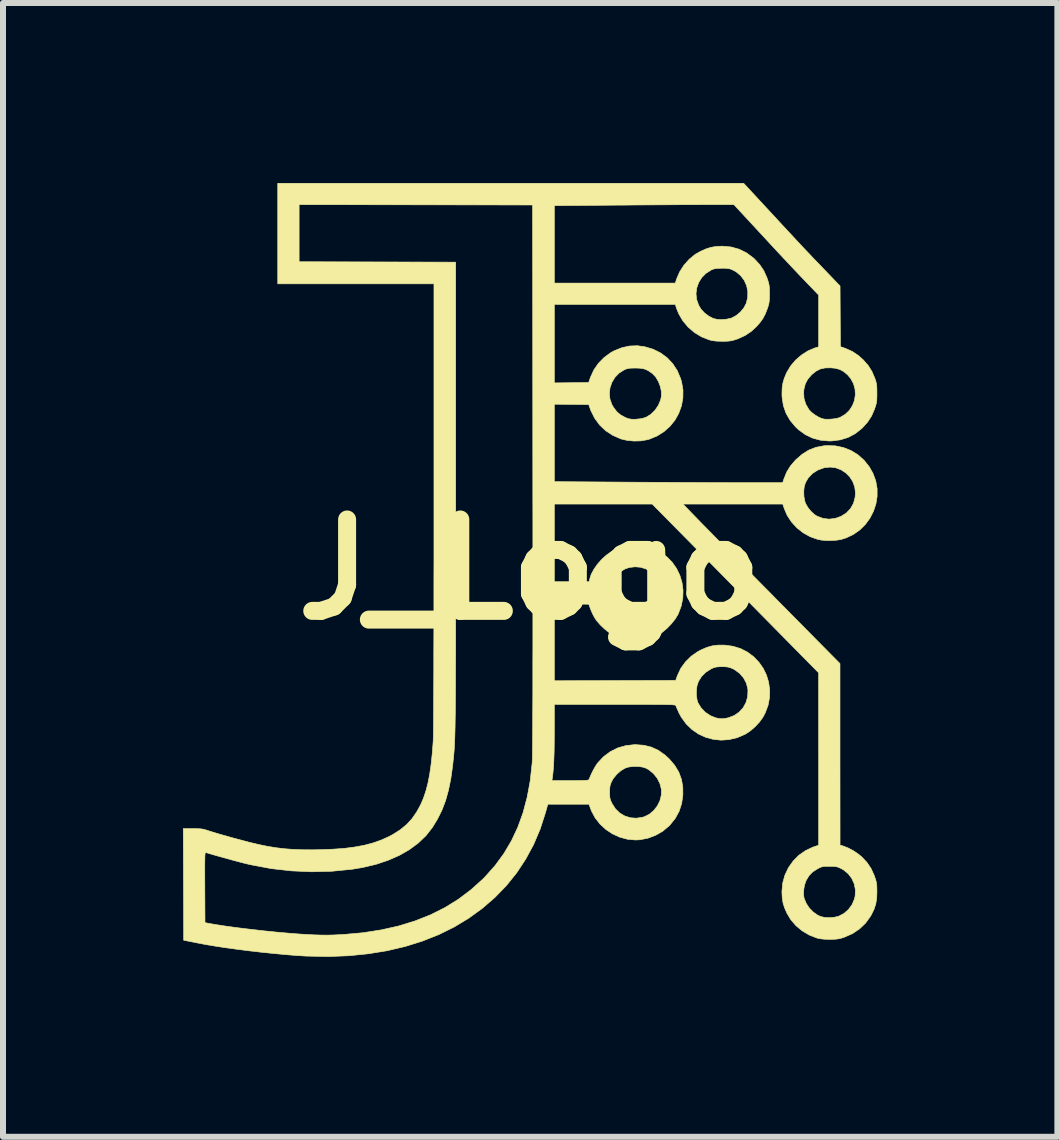
<source format=kicad_pcb>
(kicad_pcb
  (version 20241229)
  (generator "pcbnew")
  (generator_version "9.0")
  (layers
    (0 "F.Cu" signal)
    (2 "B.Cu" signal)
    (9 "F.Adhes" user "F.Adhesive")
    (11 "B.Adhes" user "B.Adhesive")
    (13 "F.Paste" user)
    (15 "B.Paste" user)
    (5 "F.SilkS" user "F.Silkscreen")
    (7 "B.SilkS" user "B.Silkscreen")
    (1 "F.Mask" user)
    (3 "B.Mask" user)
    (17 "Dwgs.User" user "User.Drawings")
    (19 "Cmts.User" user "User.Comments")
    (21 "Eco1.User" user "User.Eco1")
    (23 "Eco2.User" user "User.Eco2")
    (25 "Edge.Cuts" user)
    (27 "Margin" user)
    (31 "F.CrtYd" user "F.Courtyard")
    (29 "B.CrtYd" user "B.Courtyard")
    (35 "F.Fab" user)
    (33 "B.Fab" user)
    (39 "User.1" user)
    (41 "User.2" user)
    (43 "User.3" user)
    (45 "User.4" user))
  (footprint "J_Logo"
    (layer "F.Cu")
    (at 5.784 6.444)
    (property "Reference" "J_Logo" (at 0 0 0) (layer "F.SilkS") (effects (font (size 1.524 1.524) (thickness 0.3))))
    (attr through_hole)
    (fp_poly (pts (xy 3.562 -6.439) (xy 3.988 -5.979) (xy 4.105 -5.853) (xy 4.206 -5.743) (xy 4.294 -5.648) (xy 4.372 -5.565) (xy 4.44 -5.491) (xy 4.501 -5.426) (xy 4.557 -5.366) (xy 4.61 -5.31) (xy 4.663 -5.255) (xy 4.716 -5.198) (xy 4.773 -5.139) (xy 4.835 -5.075) (xy 4.904 -5.003) (xy 4.905 -5.002) (xy 5.169 -4.727) (xy 5.172 -4.222) (xy 5.175 -3.716) (xy 5.258 -3.687) (xy 5.374 -3.635) (xy 5.477 -3.566) (xy 5.554 -3.497) (xy 5.637 -3.403) (xy 5.701 -3.301) (xy 5.75 -3.186) (xy 5.765 -3.141) (xy 5.775 -3.1) (xy 5.781 -3.057) (xy 5.783 -3.003) (xy 5.784 -2.94) (xy 5.783 -2.871) (xy 5.781 -2.819) (xy 5.775 -2.777) (xy 5.764 -2.735) (xy 5.748 -2.687) (xy 5.746 -2.679) (xy 5.695 -2.561) (xy 5.629 -2.459) (xy 5.545 -2.365) (xy 5.533 -2.353) (xy 5.423 -2.266) (xy 5.303 -2.202) (xy 5.173 -2.162) (xy 5.033 -2.144) (xy 4.985 -2.143) (xy 4.843 -2.156) (xy 4.712 -2.191) (xy 4.591 -2.249) (xy 4.478 -2.331) (xy 4.426 -2.38) (xy 4.336 -2.488) (xy 4.268 -2.607) (xy 4.224 -2.735) (xy 4.203 -2.875) (xy 4.201 -2.929) (xy 4.202 -2.959) (xy 4.562 -2.959) (xy 4.568 -2.854) (xy 4.597 -2.758) (xy 4.65 -2.667) (xy 4.653 -2.663) (xy 4.694 -2.62) (xy 4.751 -2.577) (xy 4.813 -2.54) (xy 4.87 -2.515) (xy 4.87 -2.515) (xy 4.919 -2.506) (xy 4.982 -2.505) (xy 5.051 -2.51) (xy 5.116 -2.52) (xy 5.167 -2.535) (xy 5.171 -2.537) (xy 5.257 -2.588) (xy 5.326 -2.655) (xy 5.377 -2.734) (xy 5.41 -2.821) (xy 5.424 -2.914) (xy 5.419 -3.007) (xy 5.394 -3.098) (xy 5.348 -3.183) (xy 5.294 -3.247) (xy 5.23 -3.3) (xy 5.166 -3.335) (xy 5.093 -3.355) (xy 5.016 -3.363) (xy 4.92 -3.361) (xy 4.839 -3.343) (xy 4.767 -3.306) (xy 4.698 -3.25) (xy 4.695 -3.247) (xy 4.631 -3.173) (xy 4.59 -3.096) (xy 4.568 -3.01) (xy 4.562 -2.959) (xy 4.202 -2.959) (xy 4.204 -3.024) (xy 4.216 -3.106) (xy 4.239 -3.186) (xy 4.275 -3.273) (xy 4.282 -3.288) (xy 4.346 -3.394) (xy 4.429 -3.492) (xy 4.528 -3.577) (xy 4.636 -3.646) (xy 4.75 -3.694) (xy 4.759 -3.696) (xy 4.813 -3.712) (xy 4.813 -4.143) (xy 4.813 -4.575) (xy 4.574 -4.824) (xy 4.521 -4.879) (xy 4.469 -4.934) (xy 4.416 -4.99) (xy 4.361 -5.048) (xy 4.302 -5.111) (xy 4.237 -5.18) (xy 4.165 -5.257) (xy 4.084 -5.344) (xy 3.993 -5.442) (xy 3.89 -5.554) (xy 3.773 -5.68) (xy 3.641 -5.823) (xy 3.608 -5.858) (xy 3.4 -6.083) (xy 2.998 -6.083) (xy 2.922 -6.083) (xy 2.823 -6.083) (xy 2.705 -6.082) (xy 2.569 -6.082) (xy 2.42 -6.081) (xy 2.259 -6.08) (xy 2.09 -6.079) (xy 1.916 -6.078) (xy 1.739 -6.077) (xy 1.562 -6.075) (xy 1.502 -6.075) (xy 0.406 -6.066) (xy 0.406 -4.775) (xy 2.423 -4.775) (xy 2.444 -4.842) (xy 2.495 -4.961) (xy 2.566 -5.072) (xy 2.654 -5.171) (xy 2.755 -5.254) (xy 2.847 -5.306) (xy 2.938 -5.346) (xy 3.019 -5.371) (xy 3.1 -5.385) (xy 3.192 -5.39) (xy 3.213 -5.39) (xy 3.354 -5.377) (xy 3.486 -5.34) (xy 3.61 -5.279) (xy 3.723 -5.195) (xy 3.742 -5.178) (xy 3.829 -5.084) (xy 3.897 -4.984) (xy 3.949 -4.868) (xy 3.955 -4.852) (xy 3.972 -4.8) (xy 3.983 -4.757) (xy 3.99 -4.714) (xy 3.992 -4.661) (xy 3.993 -4.597) (xy 3.992 -4.528) (xy 3.989 -4.475) (xy 3.982 -4.43) (xy 3.97 -4.386) (xy 3.958 -4.351) (xy 3.923 -4.261) (xy 3.884 -4.186) (xy 3.835 -4.118) (xy 3.781 -4.056) (xy 3.688 -3.969) (xy 3.587 -3.902) (xy 3.472 -3.849) (xy 3.455 -3.843) (xy 3.401 -3.825) (xy 3.356 -3.814) (xy 3.311 -3.808) (xy 3.255 -3.805) (xy 3.207 -3.805) (xy 3.115 -3.807) (xy 3.041 -3.816) (xy 2.991 -3.828) (xy 2.861 -3.879) (xy 2.742 -3.951) (xy 2.637 -4.041) (xy 2.549 -4.146) (xy 2.48 -4.264) (xy 2.444 -4.353) (xy 2.423 -4.42) (xy 0.406 -4.42) (xy 0.406 -3.111) (xy 0.979 -3.118) (xy 1.01 -3.207) (xy 1.065 -3.327) (xy 1.141 -3.437) (xy 1.236 -3.534) (xy 1.345 -3.614) (xy 1.403 -3.646) (xy 1.532 -3.698) (xy 1.66 -3.726) (xy 1.79 -3.731) (xy 1.913 -3.714) (xy 2.052 -3.673) (xy 2.177 -3.611) (xy 2.287 -3.53) (xy 2.38 -3.431) (xy 2.456 -3.315) (xy 2.511 -3.184) (xy 2.528 -3.127) (xy 2.551 -2.991) (xy 2.549 -2.857) (xy 2.525 -2.727) (xy 2.48 -2.603) (xy 2.416 -2.489) (xy 2.333 -2.387) (xy 2.234 -2.299) (xy 2.12 -2.227) (xy 1.992 -2.174) (xy 1.955 -2.164) (xy 1.849 -2.145) (xy 1.734 -2.142) (xy 1.62 -2.153) (xy 1.518 -2.177) (xy 1.383 -2.236) (xy 1.264 -2.313) (xy 1.163 -2.408) (xy 1.08 -2.521) (xy 1.015 -2.651) (xy 1.003 -2.684) (xy 0.98 -2.75) (xy 0.693 -2.753) (xy 0.406 -2.756) (xy 0.406 -1.465) (xy 1.749 -1.456) (xy 1.946 -1.455) (xy 2.146 -1.454) (xy 2.346 -1.453) (xy 2.543 -1.452) (xy 2.735 -1.451) (xy 2.918 -1.45) (xy 3.091 -1.449) (xy 3.251 -1.449) (xy 3.394 -1.448) (xy 3.518 -1.448) (xy 3.62 -1.448) (xy 3.653 -1.448) (xy 4.213 -1.448) (xy 4.235 -1.514) (xy 4.281 -1.627) (xy 4.344 -1.728) (xy 4.427 -1.825) (xy 4.432 -1.83) (xy 4.538 -1.922) (xy 4.648 -1.991) (xy 4.766 -2.037) (xy 4.895 -2.062) (xy 4.947 -2.066) (xy 5.089 -2.062) (xy 5.224 -2.034) (xy 5.351 -1.984) (xy 5.467 -1.913) (xy 5.569 -1.822) (xy 5.656 -1.713) (xy 5.717 -1.605) (xy 5.764 -1.479) (xy 5.787 -1.349) (xy 5.787 -1.22) (xy 5.767 -1.093) (xy 5.726 -0.971) (xy 5.667 -0.856) (xy 5.591 -0.752) (xy 5.499 -0.661) (xy 5.391 -0.585) (xy 5.271 -0.528) (xy 5.188 -0.502) (xy 5.117 -0.49) (xy 5.031 -0.484) (xy 4.941 -0.484) (xy 4.857 -0.491) (xy 4.797 -0.503) (xy 4.672 -0.547) (xy 4.555 -0.612) (xy 4.45 -0.695) (xy 4.361 -0.792) (xy 4.289 -0.901) (xy 4.242 -1.009) (xy 4.214 -1.092) (xy 3.382 -1.092) (xy 2.55 -1.092) (xy 2.83 -0.803) (xy 2.877 -0.755) (xy 2.941 -0.69) (xy 3.019 -0.611) (xy 3.11 -0.518) (xy 3.213 -0.413) (xy 3.326 -0.298) (xy 3.447 -0.175) (xy 3.576 -0.045) (xy 3.709 0.091) (xy 3.847 0.231) (xy 3.987 0.372) (xy 4.127 0.515) (xy 4.139 0.527) (xy 5.168 1.568) (xy 5.168 3.081) (xy 5.169 4.593) (xy 5.223 4.609) (xy 5.304 4.641) (xy 5.391 4.687) (xy 5.474 4.743) (xy 5.533 4.792) (xy 5.62 4.885) (xy 5.687 4.986) (xy 5.74 5.102) (xy 5.745 5.118) (xy 5.763 5.17) (xy 5.774 5.214) (xy 5.781 5.259) (xy 5.783 5.312) (xy 5.784 5.372) (xy 5.78 5.482) (xy 5.764 5.577) (xy 5.735 5.665) (xy 5.69 5.756) (xy 5.677 5.779) (xy 5.596 5.892) (xy 5.495 5.989) (xy 5.378 6.068) (xy 5.244 6.127) (xy 5.239 6.129) (xy 5.187 6.146) (xy 5.141 6.156) (xy 5.093 6.162) (xy 5.032 6.164) (xy 4.997 6.165) (xy 4.906 6.162) (xy 4.834 6.154) (xy 4.782 6.142) (xy 4.655 6.092) (xy 4.537 6.022) (xy 4.434 5.936) (xy 4.347 5.835) (xy 4.283 5.727) (xy 4.244 5.638) (xy 4.219 5.558) (xy 4.206 5.477) (xy 4.203 5.429) (xy 4.562 5.429) (xy 4.57 5.48) (xy 4.604 5.563) (xy 4.656 5.642) (xy 4.723 5.71) (xy 4.797 5.762) (xy 4.845 5.784) (xy 4.911 5.799) (xy 4.99 5.803) (xy 5.07 5.797) (xy 5.141 5.781) (xy 5.149 5.778) (xy 5.236 5.732) (xy 5.31 5.667) (xy 5.369 5.587) (xy 5.408 5.496) (xy 5.421 5.443) (xy 5.425 5.339) (xy 5.406 5.24) (xy 5.365 5.149) (xy 5.305 5.07) (xy 5.226 5.006) (xy 5.183 4.982) (xy 5.145 4.965) (xy 5.111 4.954) (xy 5.072 4.949) (xy 5.02 4.947) (xy 4.991 4.947) (xy 4.933 4.947) (xy 4.891 4.95) (xy 4.859 4.958) (xy 4.826 4.971) (xy 4.791 4.99) (xy 4.712 5.041) (xy 4.652 5.103) (xy 4.605 5.181) (xy 4.599 5.194) (xy 4.575 5.267) (xy 4.562 5.349) (xy 4.562 5.429) (xy 4.203 5.429) (xy 4.201 5.385) (xy 4.201 5.361) (xy 4.214 5.223) (xy 4.251 5.092) (xy 4.309 4.97) (xy 4.386 4.861) (xy 4.48 4.765) (xy 4.591 4.687) (xy 4.715 4.628) (xy 4.747 4.617) (xy 4.813 4.595) (xy 4.813 3.158) (xy 4.812 1.721) (xy 3.425 0.314) (xy 2.038 -1.092) (xy 1.222 -1.092) (xy 0.406 -1.092) (xy 0.406 0.203) (xy 0.988 0.203) (xy 0.996 0.16) (xy 1.021 0.08) (xy 1.066 -0.004) (xy 1.126 -0.09) (xy 1.197 -0.17) (xy 1.276 -0.242) (xy 1.359 -0.3) (xy 1.397 -0.321) (xy 1.507 -0.367) (xy 1.612 -0.394) (xy 1.723 -0.404) (xy 1.797 -0.403) (xy 1.936 -0.385) (xy 2.065 -0.345) (xy 2.181 -0.286) (xy 2.284 -0.21) (xy 2.372 -0.12) (xy 2.444 -0.017) (xy 2.499 0.097) (xy 2.535 0.218) (xy 2.552 0.346) (xy 2.548 0.477) (xy 2.521 0.61) (xy 2.471 0.742) (xy 2.467 0.749) (xy 2.421 0.825) (xy 2.358 0.904) (xy 2.286 0.979) (xy 2.209 1.043) (xy 2.138 1.09) (xy 2.013 1.141) (xy 1.88 1.171) (xy 1.743 1.18) (xy 1.607 1.166) (xy 1.476 1.131) (xy 1.38 1.089) (xy 1.314 1.047) (xy 1.243 0.99) (xy 1.175 0.925) (xy 1.116 0.858) (xy 1.081 0.807) (xy 1.052 0.754) (xy 1.024 0.693) (xy 1.009 0.657) (xy 0.981 0.578) (xy 0.694 0.574) (xy 0.406 0.571) (xy 0.406 1.854) (xy 1.417 1.851) (xy 2.429 1.848) (xy 2.458 1.768) (xy 2.514 1.648) (xy 2.592 1.54) (xy 2.688 1.445) (xy 2.8 1.367) (xy 2.851 1.34) (xy 2.948 1.298) (xy 3.039 1.272) (xy 3.132 1.26) (xy 3.238 1.26) (xy 3.248 1.26) (xy 3.385 1.279) (xy 3.512 1.318) (xy 3.627 1.377) (xy 3.728 1.453) (xy 3.815 1.543) (xy 3.887 1.645) (xy 3.942 1.757) (xy 3.978 1.877) (xy 3.996 2.002) (xy 3.994 2.131) (xy 3.97 2.26) (xy 3.923 2.387) (xy 3.884 2.461) (xy 3.829 2.538) (xy 3.758 2.615) (xy 3.679 2.685) (xy 3.599 2.739) (xy 3.584 2.747) (xy 3.453 2.803) (xy 3.319 2.835) (xy 3.185 2.844) (xy 3.054 2.83) (xy 2.928 2.796) (xy 2.809 2.741) (xy 2.7 2.666) (xy 2.604 2.573) (xy 2.523 2.461) (xy 2.485 2.391) (xy 2.464 2.344) (xy 2.446 2.304) (xy 2.436 2.277) (xy 2.435 2.274) (xy 2.433 2.269) (xy 2.43 2.265) (xy 2.424 2.262) (xy 2.413 2.258) (xy 2.395 2.256) (xy 2.369 2.254) (xy 2.333 2.252) (xy 2.286 2.251) (xy 2.226 2.25) (xy 2.151 2.249) (xy 2.059 2.249) (xy 1.95 2.248) (xy 1.82 2.248) (xy 1.669 2.248) (xy 1.495 2.248) (xy 0.406 2.248) (xy 0.406 2.689) (xy 0.405 2.876) (xy 0.403 3.039) (xy 0.398 3.178) (xy 0.392 3.297) (xy 0.383 3.394) (xy 0.374 3.47) (xy 0.366 3.518) (xy 0.672 3.518) (xy 0.769 3.518) (xy 0.843 3.517) (xy 0.898 3.516) (xy 0.936 3.514) (xy 0.961 3.511) (xy 0.976 3.507) (xy 0.984 3.501) (xy 0.986 3.496) (xy 1.012 3.433) (xy 1.045 3.363) (xy 1.082 3.296) (xy 1.117 3.24) (xy 1.131 3.222) (xy 1.229 3.118) (xy 1.341 3.035) (xy 1.465 2.973) (xy 1.599 2.935) (xy 1.741 2.919) (xy 1.76 2.919) (xy 1.898 2.929) (xy 2.023 2.96) (xy 2.139 3.013) (xy 2.247 3.089) (xy 2.319 3.154) (xy 2.412 3.263) (xy 2.481 3.377) (xy 2.526 3.499) (xy 2.548 3.63) (xy 2.549 3.758) (xy 2.529 3.899) (xy 2.487 4.029) (xy 2.422 4.148) (xy 2.333 4.259) (xy 2.317 4.275) (xy 2.213 4.362) (xy 2.095 4.43) (xy 1.967 4.478) (xy 1.834 4.504) (xy 1.759 4.508) (xy 1.626 4.496) (xy 1.497 4.461) (xy 1.376 4.406) (xy 1.265 4.332) (xy 1.167 4.242) (xy 1.086 4.138) (xy 1.025 4.023) (xy 1.013 3.991) (xy 0.984 3.912) (xy 0.641 3.912) (xy 0.298 3.912) (xy 0.258 4.055) (xy 0.17 4.327) (xy 0.061 4.584) (xy -0.07 4.826) (xy -0.22 5.054) (xy -0.392 5.268) (xy -0.584 5.466) (xy -0.797 5.65) (xy -1.022 5.813) (xy -1.262 5.958) (xy -1.519 6.085) (xy -1.791 6.193) (xy -2.079 6.283) (xy -2.381 6.354) (xy -2.695 6.405) (xy -3.022 6.438) (xy -3.36 6.451) (xy -3.707 6.444) (xy -3.74 6.443) (xy -3.903 6.433) (xy -4.083 6.418) (xy -4.274 6.4) (xy -4.471 6.38) (xy -4.671 6.357) (xy -4.868 6.332) (xy -5.059 6.306) (xy -5.237 6.279) (xy -5.4 6.252) (xy -5.542 6.225) (xy -5.543 6.225) (xy -5.772 6.179) (xy -5.775 5.248) (xy -5.776 5.015) (xy -5.421 5.015) (xy -5.421 5.124) (xy -5.42 5.256) (xy -5.42 5.298) (xy -5.417 5.886) (xy -5.334 5.902) (xy -5.22 5.921) (xy -5.085 5.942) (xy -4.933 5.963) (xy -4.769 5.984) (xy -4.597 6.004) (xy -4.421 6.024) (xy -4.245 6.042) (xy -4.075 6.057) (xy -3.994 6.064) (xy -3.841 6.076) (xy -3.707 6.084) (xy -3.59 6.09) (xy -3.483 6.093) (xy -3.382 6.094) (xy -3.282 6.092) (xy -3.177 6.087) (xy -3.105 6.083) (xy -2.781 6.054) (xy -2.475 6.006) (xy -2.186 5.941) (xy -1.914 5.857) (xy -1.658 5.756) (xy -1.417 5.635) (xy -1.192 5.496) (xy -0.982 5.337) (xy -0.785 5.16) (xy -0.742 5.116) (xy -0.578 4.931) (xy -0.433 4.732) (xy -0.308 4.521) (xy -0.202 4.295) (xy -0.115 4.054) (xy -0.047 3.798) (xy -0.03 3.709) (xy 1.328 3.709) (xy 1.328 3.766) (xy 1.333 3.808) (xy 1.343 3.845) (xy 1.362 3.887) (xy 1.369 3.902) (xy 1.425 3.989) (xy 1.497 4.059) (xy 1.582 4.109) (xy 1.676 4.138) (xy 1.776 4.145) (xy 1.878 4.129) (xy 1.908 4.12) (xy 1.992 4.078) (xy 2.065 4.016) (xy 2.124 3.94) (xy 2.167 3.853) (xy 2.19 3.76) (xy 2.192 3.667) (xy 2.191 3.664) (xy 2.167 3.569) (xy 2.122 3.479) (xy 2.058 3.4) (xy 1.981 3.337) (xy 1.933 3.31) (xy 1.87 3.291) (xy 1.794 3.282) (xy 1.714 3.283) (xy 1.639 3.293) (xy 1.585 3.311) (xy 1.515 3.353) (xy 1.447 3.413) (xy 1.391 3.481) (xy 1.363 3.529) (xy 1.345 3.571) (xy 1.334 3.61) (xy 1.329 3.657) (xy 1.328 3.709) (xy -0.03 3.709) (xy 0.004 3.524) (xy 0.036 3.233) (xy 0.038 3.207) (xy 0.039 3.178) (xy 0.041 3.131) (xy 0.042 3.065) (xy 0.043 2.981) (xy 0.044 2.876) (xy 0.045 2.752) (xy 0.046 2.608) (xy 0.046 2.443) (xy 0.047 2.258) (xy 0.048 2.051) (xy 0.048 2.017) (xy 2.774 2.017) (xy 2.775 2.101) (xy 2.787 2.179) (xy 2.802 2.224) (xy 2.854 2.308) (xy 2.925 2.381) (xy 3.01 2.437) (xy 3.098 2.472) (xy 3.159 2.485) (xy 3.214 2.487) (xy 3.275 2.478) (xy 3.309 2.47) (xy 3.406 2.433) (xy 3.488 2.376) (xy 3.554 2.304) (xy 3.601 2.218) (xy 3.629 2.121) (xy 3.634 2.017) (xy 3.631 1.985) (xy 3.607 1.892) (xy 3.56 1.805) (xy 3.495 1.73) (xy 3.413 1.67) (xy 3.381 1.653) (xy 3.338 1.635) (xy 3.298 1.625) (xy 3.251 1.62) (xy 3.2 1.619) (xy 3.141 1.621) (xy 3.098 1.626) (xy 3.06 1.637) (xy 3.021 1.655) (xy 2.934 1.71) (xy 2.861 1.782) (xy 2.808 1.866) (xy 2.808 1.867) (xy 2.785 1.936) (xy 2.774 2.017) (xy 0.048 2.017) (xy 0.048 1.823) (xy 0.048 1.572) (xy 0.049 1.299) (xy 0.049 1.004) (xy 0.049 0.686) (xy 0.049 0.387) (xy 1.327 0.387) (xy 1.329 0.447) (xy 1.336 0.493) (xy 1.35 0.537) (xy 1.364 0.568) (xy 1.417 0.656) (xy 1.487 0.727) (xy 1.569 0.779) (xy 1.66 0.811) (xy 1.756 0.822) (xy 1.855 0.81) (xy 1.948 0.776) (xy 2.036 0.72) (xy 2.106 0.646) (xy 2.157 0.56) (xy 2.175 0.514) (xy 2.186 0.47) (xy 2.19 0.416) (xy 2.19 0.387) (xy 2.189 0.331) (xy 2.184 0.288) (xy 2.171 0.249) (xy 2.149 0.201) (xy 2.149 0.201) (xy 2.093 0.112) (xy 2.021 0.042) (xy 1.932 -0.011) (xy 1.846 -0.038) (xy 1.752 -0.046) (xy 1.658 -0.035) (xy 1.586 -0.011) (xy 1.495 0.044) (xy 1.423 0.114) (xy 1.369 0.201) (xy 1.347 0.249) (xy 1.334 0.289) (xy 1.329 0.331) (xy 1.327 0.387) (xy 0.049 0.387) (xy 0.049 0.344) (xy 0.049 -0.022) (xy 0.049 -0.412) (xy 0.049 -0.826) (xy 0.048 -1.265) (xy 0.048 -1.302) (xy 4.564 -1.302) (xy 4.567 -1.218) (xy 4.581 -1.14) (xy 4.599 -1.092) (xy 4.635 -1.032) (xy 4.683 -0.972) (xy 4.737 -0.922) (xy 4.781 -0.892) (xy 4.88 -0.854) (xy 4.983 -0.84) (xy 5.086 -0.852) (xy 5.187 -0.887) (xy 5.187 -0.888) (xy 5.276 -0.944) (xy 5.344 -1.016) (xy 5.393 -1.103) (xy 5.42 -1.202) (xy 5.426 -1.279) (xy 5.414 -1.377) (xy 5.381 -1.467) (xy 5.33 -1.546) (xy 5.264 -1.612) (xy 5.186 -1.663) (xy 5.099 -1.696) (xy 5.006 -1.708) (xy 4.91 -1.698) (xy 4.901 -1.696) (xy 4.797 -1.658) (xy 4.709 -1.601) (xy 4.638 -1.526) (xy 4.593 -1.449) (xy 4.572 -1.382) (xy 4.564 -1.302) (xy 0.048 -1.302) (xy 0.048 -1.53) (xy 0.047 -2.938) (xy 1.324 -2.938) (xy 1.333 -2.843) (xy 1.365 -2.752) (xy 1.395 -2.7) (xy 1.449 -2.63) (xy 1.509 -2.579) (xy 1.581 -2.539) (xy 1.598 -2.531) (xy 1.641 -2.515) (xy 1.682 -2.507) (xy 1.729 -2.504) (xy 1.772 -2.506) (xy 1.863 -2.516) (xy 1.933 -2.537) (xy 2.014 -2.586) (xy 2.085 -2.655) (xy 2.141 -2.738) (xy 2.179 -2.829) (xy 2.191 -2.889) (xy 2.191 -2.969) (xy 2.173 -3.053) (xy 2.141 -3.135) (xy 2.097 -3.209) (xy 2.044 -3.265) (xy 2.035 -3.272) (xy 1.977 -3.312) (xy 1.925 -3.338) (xy 1.871 -3.352) (xy 1.806 -3.358) (xy 1.759 -3.359) (xy 1.696 -3.358) (xy 1.651 -3.355) (xy 1.616 -3.347) (xy 1.584 -3.335) (xy 1.569 -3.328) (xy 1.484 -3.274) (xy 1.417 -3.204) (xy 1.367 -3.122) (xy 1.335 -3.032) (xy 1.324 -2.938) (xy 0.047 -2.938) (xy 0.046 -4.598) (xy 2.768 -4.598) (xy 2.778 -4.503) (xy 2.811 -4.409) (xy 2.851 -4.341) (xy 2.909 -4.278) (xy 2.981 -4.224) (xy 3.056 -4.185) (xy 3.058 -4.185) (xy 3.121 -4.17) (xy 3.198 -4.166) (xy 3.277 -4.173) (xy 3.349 -4.189) (xy 3.362 -4.193) (xy 3.437 -4.233) (xy 3.507 -4.291) (xy 3.565 -4.361) (xy 3.605 -4.436) (xy 3.605 -4.436) (xy 3.63 -4.536) (xy 3.631 -4.636) (xy 3.612 -4.732) (xy 3.572 -4.821) (xy 3.513 -4.899) (xy 3.437 -4.963) (xy 3.393 -4.987) (xy 3.355 -5.005) (xy 3.321 -5.015) (xy 3.283 -5.021) (xy 3.231 -5.023) (xy 3.2 -5.023) (xy 3.138 -5.021) (xy 3.092 -5.017) (xy 3.057 -5.008) (xy 3.022 -4.994) (xy 3.021 -4.993) (xy 2.933 -4.937) (xy 2.863 -4.866) (xy 2.812 -4.784) (xy 2.78 -4.693) (xy 2.768 -4.598) (xy 0.046 -4.598) (xy 0.044 -6.077) (xy -1.902 -6.08) (xy -3.848 -6.083) (xy -3.848 -5.131) (xy -1.238 -5.124) (xy -1.238 -1.219) (xy -1.238 -0.84) (xy -1.238 -0.484) (xy -1.238 -0.153) (xy -1.238 0.156) (xy -1.238 0.443) (xy -1.239 0.71) (xy -1.239 0.956) (xy -1.239 1.184) (xy -1.239 1.393) (xy -1.24 1.585) (xy -1.241 1.761) (xy -1.241 1.922) (xy -1.242 2.068) (xy -1.243 2.201) (xy -1.244 2.321) (xy -1.245 2.429) (xy -1.247 2.527) (xy -1.248 2.615) (xy -1.25 2.694) (xy -1.252 2.765) (xy -1.254 2.828) (xy -1.257 2.886) (xy -1.259 2.938) (xy -1.262 2.986) (xy -1.265 3.031) (xy -1.269 3.073) (xy -1.272 3.113) (xy -1.276 3.153) (xy -1.281 3.193) (xy -1.285 3.234) (xy -1.29 3.277) (xy -1.319 3.487) (xy -1.358 3.677) (xy -1.406 3.85) (xy -1.466 4.008) (xy -1.539 4.156) (xy -1.625 4.297) (xy -1.627 4.3) (xy -1.733 4.436) (xy -1.861 4.558) (xy -2.009 4.668) (xy -2.176 4.764) (xy -2.363 4.846) (xy -2.566 4.914) (xy -2.786 4.966) (xy -2.965 4.996) (xy -3.299 5.029) (xy -3.637 5.038) (xy -3.976 5.023) (xy -4.314 4.985) (xy -4.648 4.922) (xy -4.737 4.902) (xy -4.787 4.889) (xy -4.852 4.872) (xy -4.928 4.852) (xy -5.01 4.829) (xy -5.094 4.806) (xy -5.176 4.783) (xy -5.252 4.762) (xy -5.317 4.743) (xy -5.368 4.728) (xy -5.399 4.718) (xy -5.404 4.716) (xy -5.409 4.717) (xy -5.412 4.724) (xy -5.415 4.739) (xy -5.418 4.765) (xy -5.419 4.804) (xy -5.42 4.857) (xy -5.421 4.926) (xy -5.421 5.015) (xy -5.776 5.015) (xy -5.779 4.318) (xy -5.622 4.318) (xy -5.546 4.319) (xy -5.489 4.322) (xy -5.443 4.329) (xy -5.402 4.34) (xy -5.39 4.344) (xy -5.335 4.362) (xy -5.26 4.385) (xy -5.17 4.412) (xy -5.07 4.44) (xy -4.965 4.47) (xy -4.86 4.498) (xy -4.759 4.525) (xy -4.68 4.546) (xy -4.521 4.584) (xy -4.375 4.614) (xy -4.234 4.637) (xy -4.095 4.654) (xy -3.951 4.665) (xy -3.797 4.671) (xy -3.627 4.672) (xy -3.508 4.67) (xy -3.29 4.662) (xy -3.094 4.648) (xy -2.917 4.625) (xy -2.757 4.595) (xy -2.611 4.556) (xy -2.476 4.508) (xy -2.35 4.451) (xy -2.283 4.415) (xy -2.159 4.336) (xy -2.054 4.249) (xy -1.965 4.152) (xy -1.886 4.037) (xy -1.821 3.918) (xy -1.775 3.811) (xy -1.735 3.693) (xy -1.7 3.559) (xy -1.671 3.41) (xy -1.647 3.241) (xy -1.627 3.051) (xy -1.613 2.864) (xy -1.612 2.829) (xy -1.61 2.768) (xy -1.609 2.683) (xy -1.608 2.573) (xy -1.607 2.44) (xy -1.606 2.282) (xy -1.605 2.101) (xy -1.604 1.897) (xy -1.603 1.669) (xy -1.603 1.42) (xy -1.602 1.147) (xy -1.601 0.853) (xy -1.601 0.538) (xy -1.601 0.201) (xy -1.6 -0.157) (xy -1.6 -0.536) (xy -1.6 -0.935) (xy -1.6 -1.051) (xy -1.6 -4.763) (xy -4.204 -4.763) (xy -4.204 -6.439) (xy 3.562 -6.439)) (stroke (width 0.01) (type solid)) (fill yes) (layer "F.SilkS")))
  (gr_rect
    (start -3 -3)
    (end 14.576 15.9)
    (stroke (width 0.1) (type default))
    (fill no)
    (layer "Edge.Cuts")))
</source>
